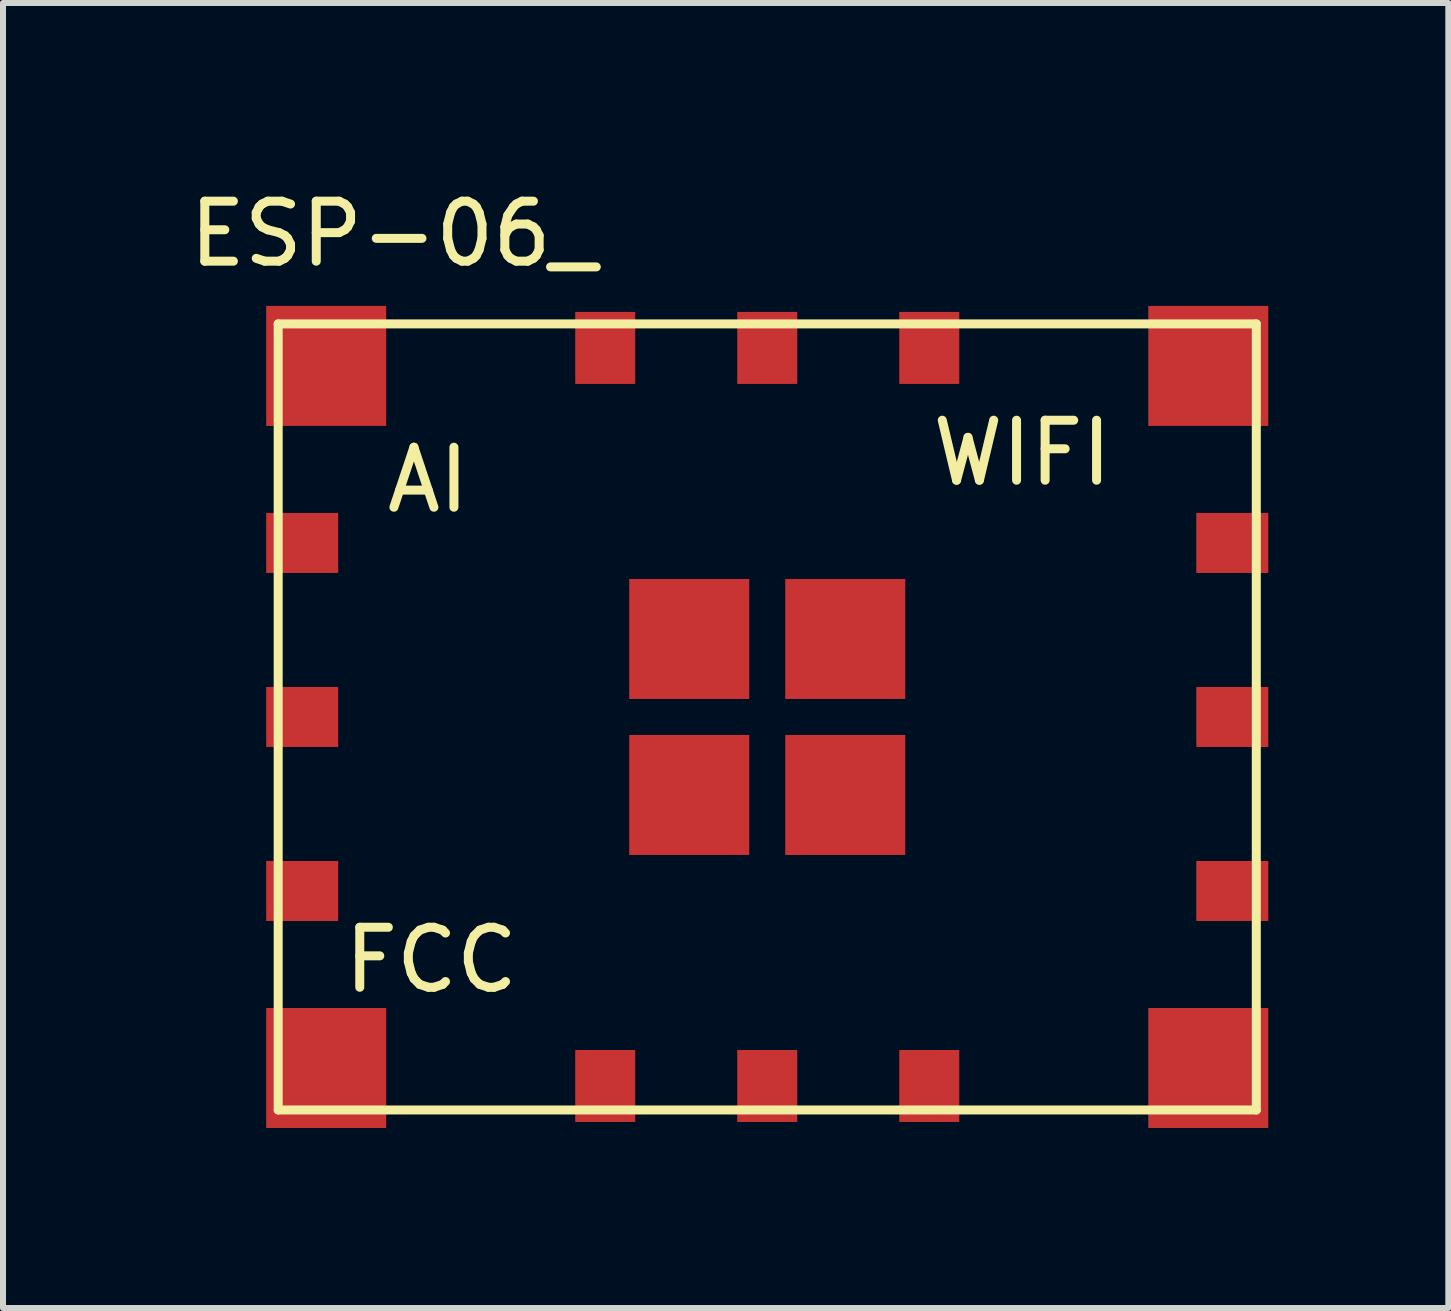
<source format=kicad_pcb>
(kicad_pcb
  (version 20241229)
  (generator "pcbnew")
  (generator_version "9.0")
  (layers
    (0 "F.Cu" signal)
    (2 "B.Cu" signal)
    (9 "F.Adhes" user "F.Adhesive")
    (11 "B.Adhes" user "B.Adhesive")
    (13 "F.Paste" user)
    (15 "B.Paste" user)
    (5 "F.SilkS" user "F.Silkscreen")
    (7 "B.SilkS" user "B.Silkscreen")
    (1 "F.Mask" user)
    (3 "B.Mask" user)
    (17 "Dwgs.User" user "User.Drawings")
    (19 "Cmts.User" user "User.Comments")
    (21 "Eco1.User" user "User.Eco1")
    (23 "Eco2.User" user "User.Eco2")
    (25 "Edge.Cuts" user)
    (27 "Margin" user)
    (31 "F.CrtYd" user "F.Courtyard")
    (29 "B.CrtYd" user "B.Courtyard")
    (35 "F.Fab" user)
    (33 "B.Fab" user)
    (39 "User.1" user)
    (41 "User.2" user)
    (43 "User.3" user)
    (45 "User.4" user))
  (footprint "ESP-06_"
    (layer "F.Cu")
    (at 9.736 8.898)
    (property "Reference" "ESP-06_" (at -6.23 -8.05 0) (layer "F.SilkS") (effects (font (size 1 1) (thickness 0.15))))
    (attr through_hole)
    (fp_line (start -8.15 -6.55) (end -8.15 6.55) (stroke (width 0.15) (type solid)) (layer "F.SilkS"))
    (fp_line (start -8.15 6.55) (end 8.15 6.55) (stroke (width 0.15) (type solid)) (layer "F.SilkS"))
    (fp_line (start 8.15 -6.55) (end -8.15 -6.55) (stroke (width 0.15) (type solid)) (layer "F.SilkS"))
    (fp_line (start 8.15 6.55) (end 8.15 -6.55) (stroke (width 0.15) (type solid)) (layer "F.SilkS"))
    (fp_text user "WIFI" (at 4.25 -4.4 0) (layer "F.SilkS") (effects (font (size 1 1) (thickness 0.15))))
    (fp_text user "FCC" (at -5.6 4.05 0) (layer "F.SilkS") (effects (font (size 1 1) (thickness 0.15))))
    (fp_text user "AI" (at -5.65 -3.95 0) (layer "F.SilkS") (effects (font (size 1 1) (thickness 0.15))))
    (pad "1" smd rect (at -7.35 -5.85) (size 2 2) (layers "F.Cu" "F.Mask" "F.Paste"))
    (pad "2" smd rect (at -7.75 -2.9) (size 1.2 1) (layers "F.Cu" "F.Mask" "F.Paste"))
    (pad "3" smd rect (at -7.75 0) (size 1.2 1) (layers "F.Cu" "F.Mask" "F.Paste"))
    (pad "4" smd rect (at -7.75 2.9) (size 1.2 1) (layers "F.Cu" "F.Mask" "F.Paste"))
    (pad "5" smd rect (at -7.35 5.85) (size 2 2) (layers "F.Cu" "F.Mask" "F.Paste"))
    (pad "6" smd rect (at -2.7 6.15) (size 1 1.2) (layers "F.Cu" "F.Mask" "F.Paste"))
    (pad "7" smd rect (at 0 6.15) (size 1 1.2) (layers "F.Cu" "F.Mask" "F.Paste"))
    (pad "8" smd rect (at 2.7 6.15) (size 1 1.2) (layers "F.Cu" "F.Mask" "F.Paste"))
    (pad "9" smd rect (at 7.35 5.85) (size 2 2) (layers "F.Cu" "F.Mask" "F.Paste"))
    (pad "10" smd rect (at 7.75 2.9) (size 1.2 1) (layers "F.Cu" "F.Mask" "F.Paste"))
    (pad "11" smd rect (at 7.75 0) (size 1.2 1) (layers "F.Cu" "F.Mask" "F.Paste"))
    (pad "12" smd rect (at 7.75 -2.9) (size 1.2 1) (layers "F.Cu" "F.Mask" "F.Paste"))
    (pad "13" smd rect (at 7.35 -5.85) (size 2 2) (layers "F.Cu" "F.Mask" "F.Paste"))
    (pad "14" smd rect (at 2.7 -6.15) (size 1 1.2) (layers "F.Cu" "F.Mask" "F.Paste"))
    (pad "15" smd rect (at 0 -6.15) (size 1 1.2) (layers "F.Cu" "F.Mask" "F.Paste"))
    (pad "16" smd rect (at -2.7 -6.15) (size 1 1.2) (layers "F.Cu" "F.Mask" "F.Paste"))
    (pad "17" smd rect (at -1.3 -1.3) (size 2 2) (layers "F.Cu" "F.Mask" "F.Paste"))
    (pad "18" smd rect (at -1.3 1.3) (size 2 2) (layers "F.Cu" "F.Mask" "F.Paste"))
    (pad "19" smd rect (at 1.3 1.3) (size 2 2) (layers "F.Cu" "F.Mask" "F.Paste"))
    (pad "20" smd rect (at 1.3 -1.3) (size 2 2) (layers "F.Cu" "F.Mask" "F.Paste")))
  (gr_rect
    (start -3 -3)
    (end 21.086 18.748)
    (stroke (width 0.1) (type default))
    (fill no)
    (layer "Edge.Cuts")))
</source>
